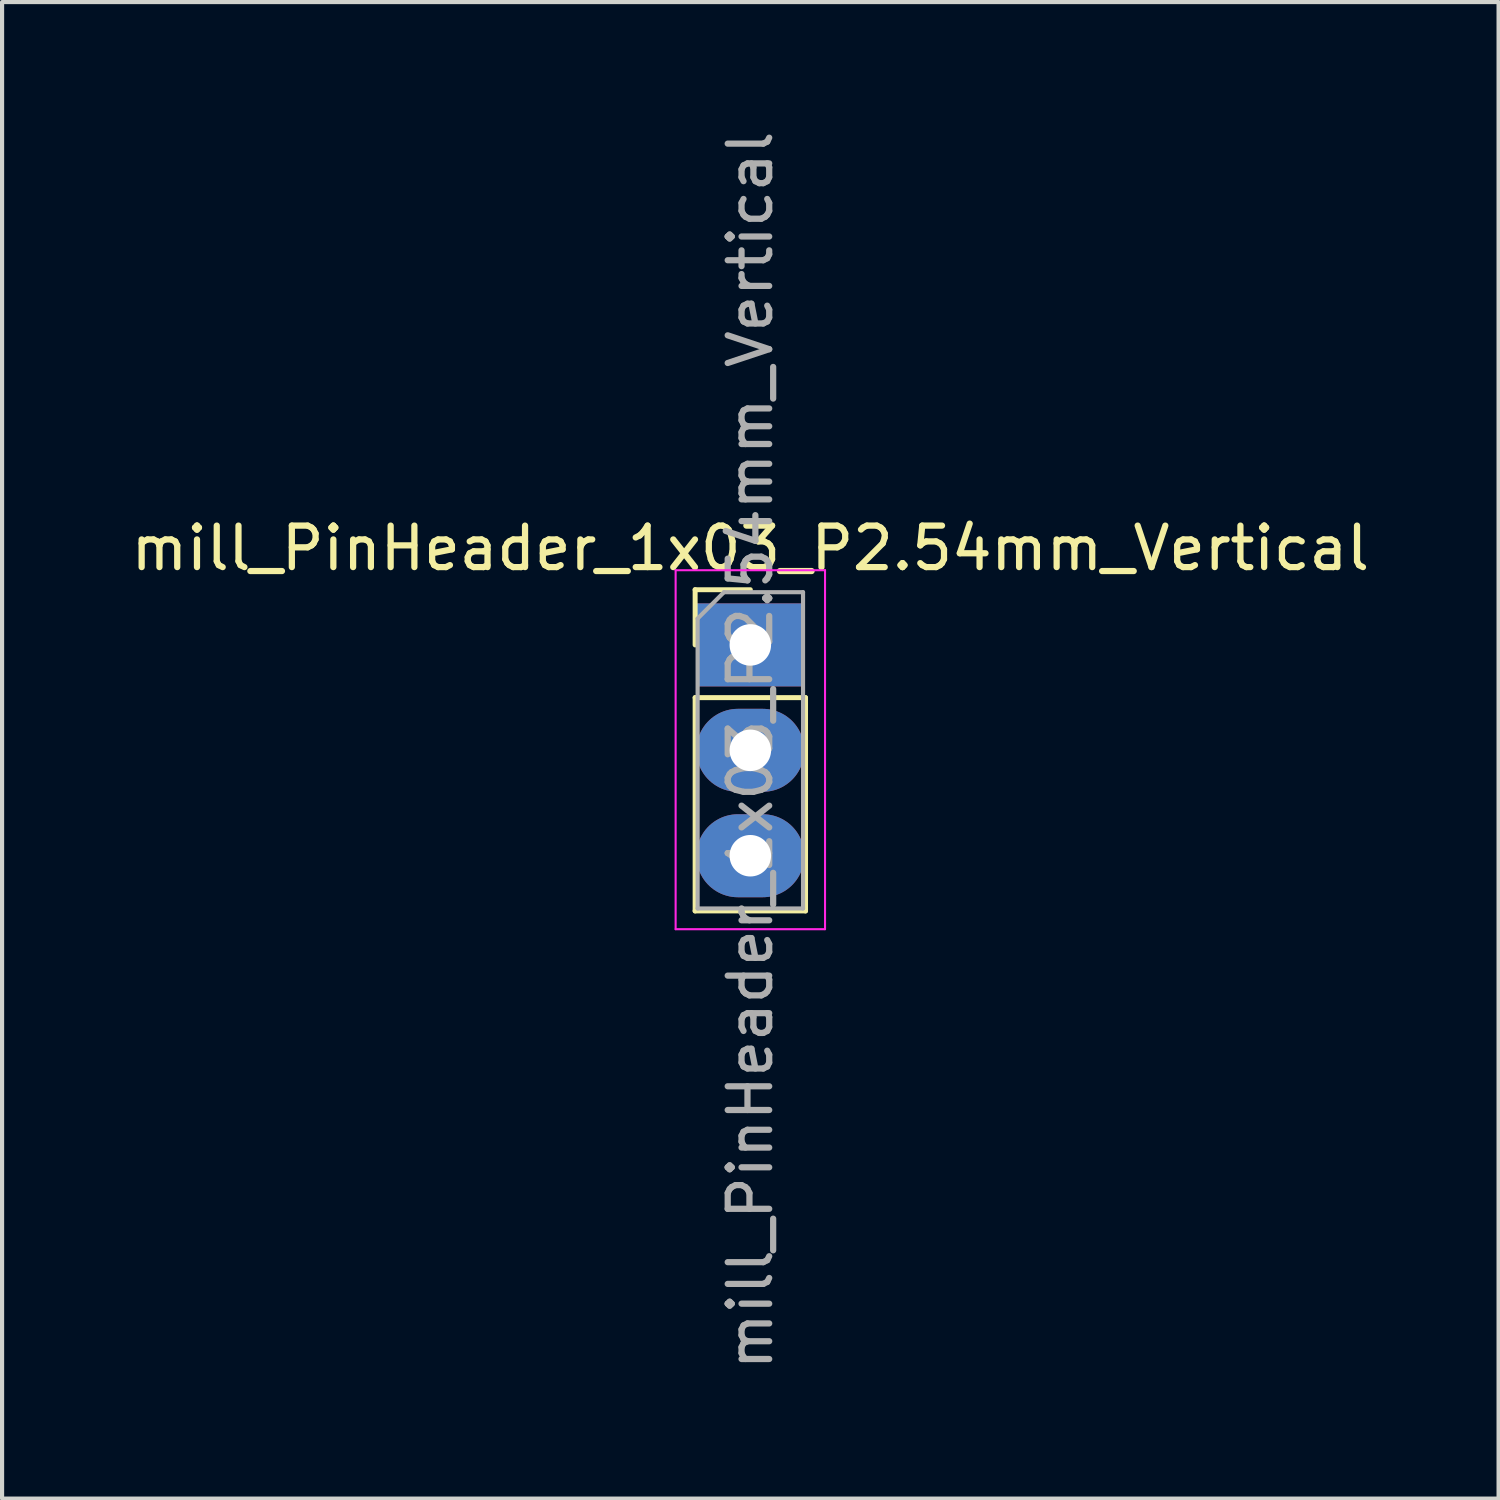
<source format=kicad_pcb>
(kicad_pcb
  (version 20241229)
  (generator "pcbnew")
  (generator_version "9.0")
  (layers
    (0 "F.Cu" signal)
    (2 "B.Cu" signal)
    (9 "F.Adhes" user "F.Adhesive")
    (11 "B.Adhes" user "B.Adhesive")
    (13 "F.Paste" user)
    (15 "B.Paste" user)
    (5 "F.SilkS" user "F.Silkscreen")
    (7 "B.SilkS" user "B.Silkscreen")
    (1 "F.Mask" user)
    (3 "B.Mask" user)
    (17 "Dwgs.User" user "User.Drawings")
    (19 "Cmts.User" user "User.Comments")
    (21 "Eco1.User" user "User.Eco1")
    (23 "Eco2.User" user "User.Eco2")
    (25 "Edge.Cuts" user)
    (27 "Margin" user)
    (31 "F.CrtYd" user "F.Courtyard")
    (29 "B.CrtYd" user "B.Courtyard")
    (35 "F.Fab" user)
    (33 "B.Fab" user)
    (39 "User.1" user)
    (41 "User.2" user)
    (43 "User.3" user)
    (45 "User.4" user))
  (footprint "mill_PinHeader_1x03_P2.54mm_Vertical"
    (layer "F.Cu")
    (at 15.03 12.49)
    (property "Reference" "mill_PinHeader_1x03_P2.54mm_Vertical" (at 0 -2.33 0) (layer "F.SilkS") (effects (font (size 1 1) (thickness 0.15))))
    (attr through_hole)
    (fp_line (start -1.33 -1.33) (end 0 -1.33) (stroke (width 0.12) (type solid)) (layer "F.SilkS"))
    (fp_line (start -1.33 0) (end -1.33 -1.33) (stroke (width 0.12) (type solid)) (layer "F.SilkS"))
    (fp_line (start -1.33 1.27) (end -1.33 6.41) (stroke (width 0.12) (type solid)) (layer "F.SilkS"))
    (fp_line (start -1.33 1.27) (end 1.33 1.27) (stroke (width 0.12) (type solid)) (layer "F.SilkS"))
    (fp_line (start -1.33 6.41) (end 1.33 6.41) (stroke (width 0.12) (type solid)) (layer "F.SilkS"))
    (fp_line (start 1.33 1.27) (end 1.33 6.41) (stroke (width 0.12) (type solid)) (layer "F.SilkS"))
    (fp_line (start -1.8 -1.8) (end -1.8 6.85) (stroke (width 0.05) (type solid)) (layer "F.CrtYd"))
    (fp_line (start -1.8 6.85) (end 1.8 6.85) (stroke (width 0.05) (type solid)) (layer "F.CrtYd"))
    (fp_line (start 1.8 -1.8) (end -1.8 -1.8) (stroke (width 0.05) (type solid)) (layer "F.CrtYd"))
    (fp_line (start 1.8 6.85) (end 1.8 -1.8) (stroke (width 0.05) (type solid)) (layer "F.CrtYd"))
    (fp_line (start -1.27 -0.635) (end -0.635 -1.27) (stroke (width 0.1) (type solid)) (layer "F.Fab"))
    (fp_line (start -1.27 6.35) (end -1.27 -0.635) (stroke (width 0.1) (type solid)) (layer "F.Fab"))
    (fp_line (start -0.635 -1.27) (end 1.27 -1.27) (stroke (width 0.1) (type solid)) (layer "F.Fab"))
    (fp_line (start 1.27 -1.27) (end 1.27 6.35) (stroke (width 0.1) (type solid)) (layer "F.Fab"))
    (fp_line (start 1.27 6.35) (end -1.27 6.35) (stroke (width 0.1) (type solid)) (layer "F.Fab"))
    (fp_text user "${REFERENCE}" (at 0 2.54 270) (layer "F.Fab") (effects (font (size 1 1) (thickness 0.15))))
    (pad "1" thru_hole rect (at 0 0) (size 2.6 2) (drill 1) (layers "*.Cu" "*.Mask"))
    (pad "2" thru_hole oval (at 0 2.54) (size 2.6 2) (drill 1) (layers "*.Cu" "*.Mask"))
    (pad "3" thru_hole oval (at 0 5.08) (size 2.6 2) (drill 1) (layers "*.Cu" "*.Mask")))
  (gr_rect
    (start -3 -3)
    (end 33.06 33.06)
    (stroke (width 0.1) (type default))
    (fill no)
    (layer "Edge.Cuts")))
</source>
